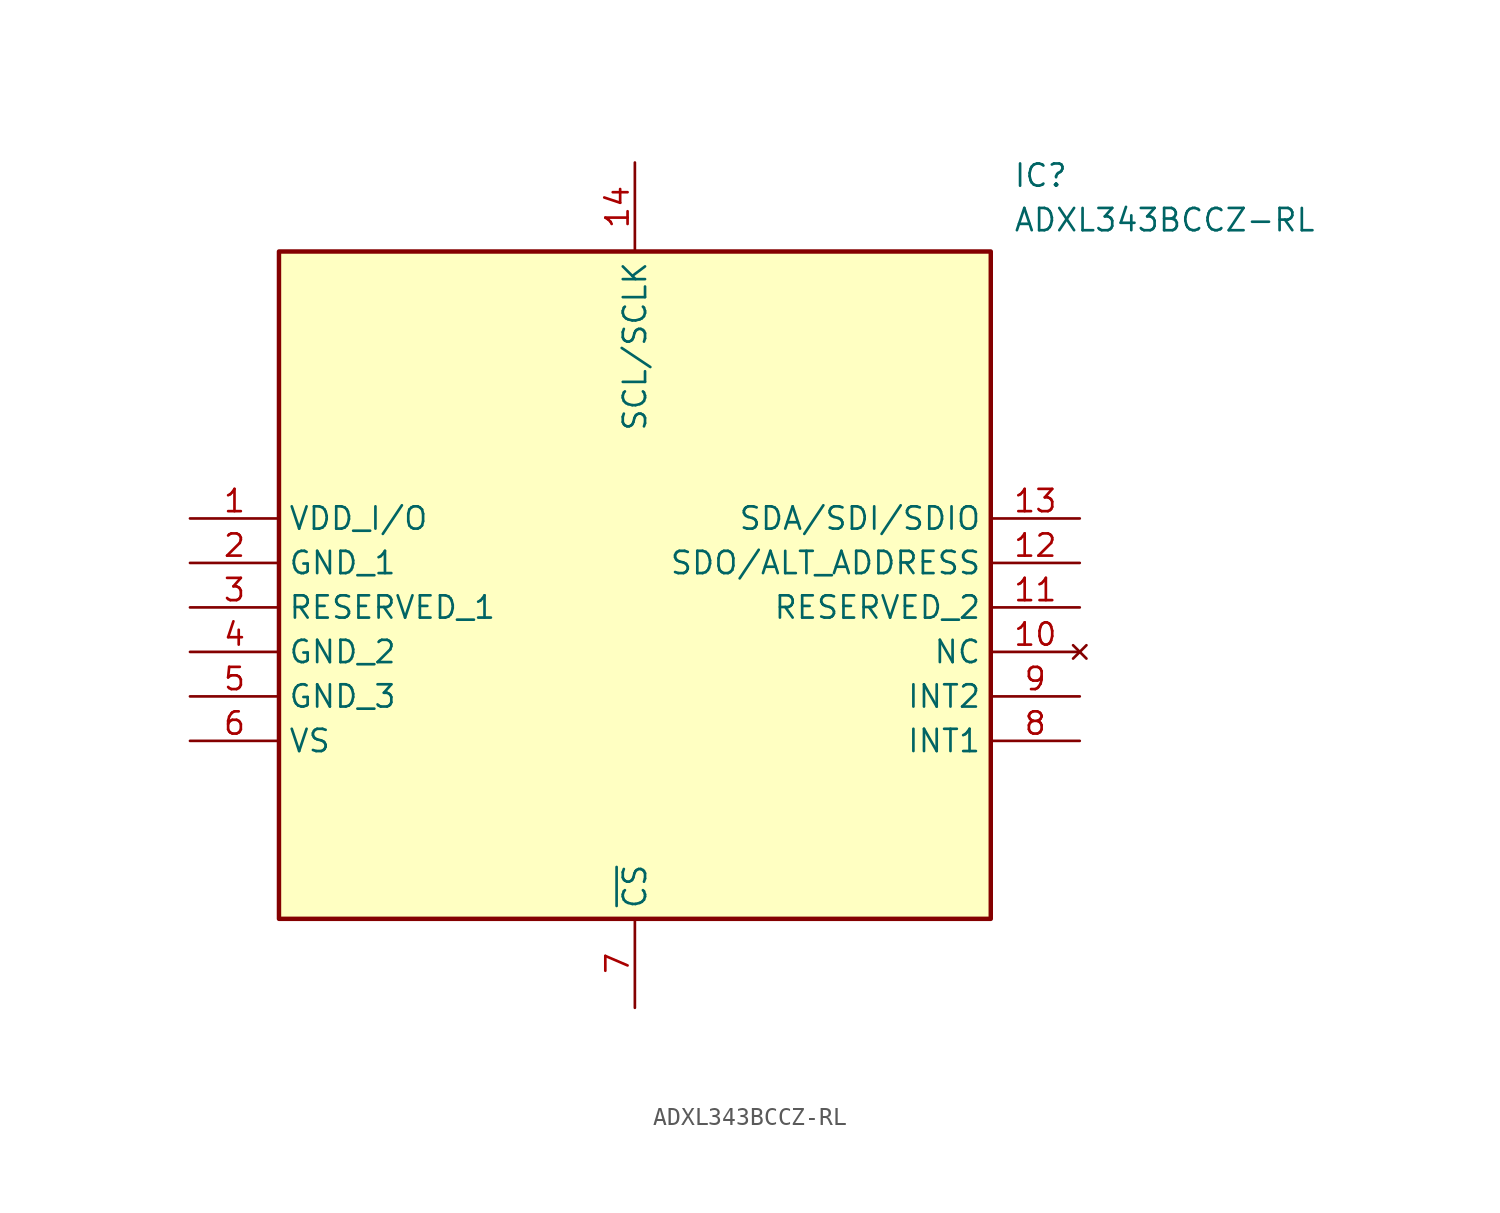
<source format=kicad_sym>
(kicad_symbol_lib
  (version 20211014)
  (generator SamacSys_ECAD_Model)
  (symbol "ADXL343BCCZ-RL"
    (property "Reference" "IC"
      (at 46.99 20.32 0)
      (effects (font (size 1.27 1.27)) (justify left top)))
    (property "Value" "ADXL343BCCZ-RL"
      (at 46.99 17.78 0)
      (effects (font (size 1.27 1.27)) (justify left top)))
    (rectangle
      (start 5.08 15.24)
      (end 45.72 -22.86)
      (stroke (width 0.254) (type default))
      (fill (type background)))
    (pin passive line
      (at 0 0 0)
      (length 5.08)
      (name "VDD_I/O" (effects (font (size 1.27 1.27))))
      (number "1" (effects (font (size 1.27 1.27)))))
    (pin passive line
      (at 0 -2.54 0)
      (length 5.08)
      (name "GND_1" (effects (font (size 1.27 1.27))))
      (number "2" (effects (font (size 1.27 1.27)))))
    (pin passive line
      (at 0 -5.08 0)
      (length 5.08)
      (name "RESERVED_1" (effects (font (size 1.27 1.27))))
      (number "3" (effects (font (size 1.27 1.27)))))
    (pin passive line
      (at 0 -7.62 0)
      (length 5.08)
      (name "GND_2" (effects (font (size 1.27 1.27))))
      (number "4" (effects (font (size 1.27 1.27)))))
    (pin passive line
      (at 0 -10.16 0)
      (length 5.08)
      (name "GND_3" (effects (font (size 1.27 1.27))))
      (number "5" (effects (font (size 1.27 1.27)))))
    (pin passive line
      (at 0 -12.7 0)
      (length 5.08)
      (name "VS" (effects (font (size 1.27 1.27))))
      (number "6" (effects (font (size 1.27 1.27)))))
    (pin passive line
      (at 25.4 -27.94 90)
      (length 5.08)
      (name "~{CS}" (effects (font (size 1.27 1.27))))
      (number "7" (effects (font (size 1.27 1.27)))))
    (pin passive line
      (at 50.8 -12.7 180)
      (length 5.08)
      (name "INT1" (effects (font (size 1.27 1.27))))
      (number "8" (effects (font (size 1.27 1.27)))))
    (pin passive line
      (at 50.8 -10.16 180)
      (length 5.08)
      (name "INT2" (effects (font (size 1.27 1.27))))
      (number "9" (effects (font (size 1.27 1.27)))))
    (pin no_connect line
      (at 50.8 -7.62 180)
      (length 5.08)
      (name "NC" (effects (font (size 1.27 1.27))))
      (number "10" (effects (font (size 1.27 1.27)))))
    (pin passive line
      (at 50.8 -5.08 180)
      (length 5.08)
      (name "RESERVED_2" (effects (font (size 1.27 1.27))))
      (number "11" (effects (font (size 1.27 1.27)))))
    (pin passive line
      (at 50.8 -2.54 180)
      (length 5.08)
      (name "SDO/ALT_ADDRESS" (effects (font (size 1.27 1.27))))
      (number "12" (effects (font (size 1.27 1.27)))))
    (pin passive line
      (at 50.8 0 180)
      (length 5.08)
      (name "SDA/SDI/SDIO" (effects (font (size 1.27 1.27))))
      (number "13" (effects (font (size 1.27 1.27)))))
    (pin passive line
      (at 25.4 20.32 270)
      (length 5.08)
      (name "SCL/SCLK" (effects (font (size 1.27 1.27))))
      (number "14" (effects (font (size 1.27 1.27)))))))
</source>
